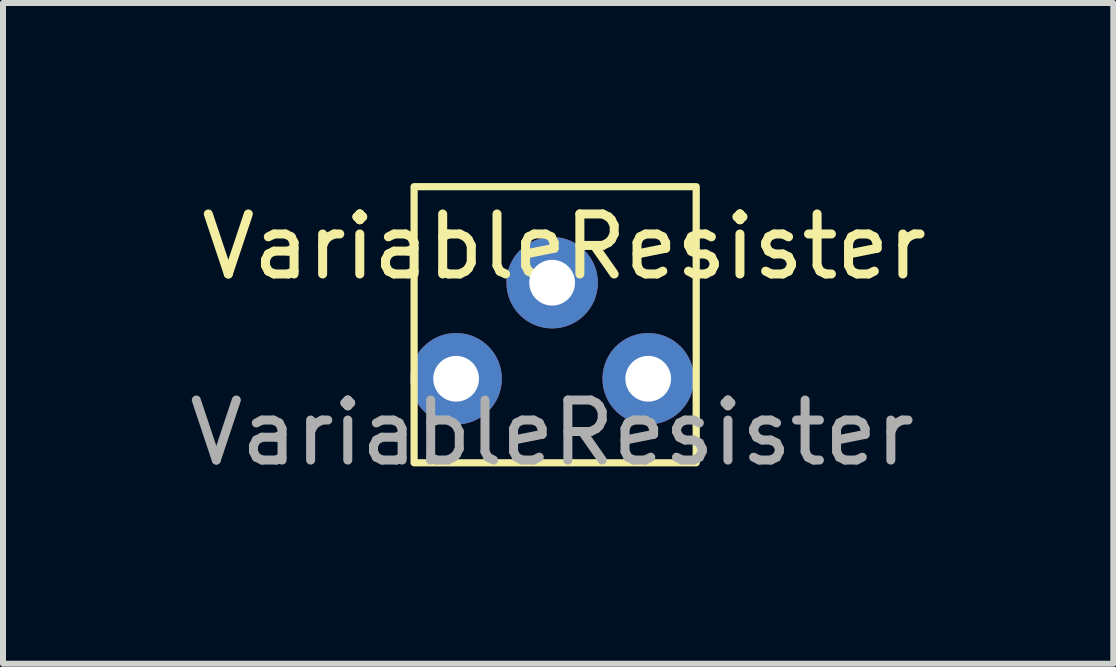
<source format=kicad_pcb>
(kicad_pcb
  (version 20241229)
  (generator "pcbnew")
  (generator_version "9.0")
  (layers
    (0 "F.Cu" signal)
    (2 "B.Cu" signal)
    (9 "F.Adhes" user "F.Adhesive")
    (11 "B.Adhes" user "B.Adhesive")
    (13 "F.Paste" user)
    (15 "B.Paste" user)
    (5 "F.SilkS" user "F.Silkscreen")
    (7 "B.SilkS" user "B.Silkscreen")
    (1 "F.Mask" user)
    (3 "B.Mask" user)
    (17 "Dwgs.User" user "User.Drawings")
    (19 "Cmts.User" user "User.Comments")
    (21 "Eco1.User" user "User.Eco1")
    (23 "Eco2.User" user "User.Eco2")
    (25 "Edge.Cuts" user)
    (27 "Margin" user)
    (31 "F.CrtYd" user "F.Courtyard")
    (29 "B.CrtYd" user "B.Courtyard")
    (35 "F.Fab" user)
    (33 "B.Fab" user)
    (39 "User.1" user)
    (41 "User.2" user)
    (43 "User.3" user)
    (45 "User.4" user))
  (footprint "VariableResister"
    (layer "F.Cu")
    (at 6.149 1.66)
    (property "Reference" "VariableResister" (at 0.2 -0.6 0) (unlocked yes) (layer "F.SilkS") (effects (font (size 1 1) (thickness 0.15))))
    (attr through_hole)
    (fp_rect (start -2.3 -1.6) (end 2.4 3) (stroke (width 0.12) (type solid)) (fill no) (layer "F.SilkS"))
    (fp_text user "${REFERENCE}" (at 0 2.5 0) (unlocked yes) (layer "F.Fab") (effects (font (size 1 1) (thickness 0.15))))
    (pad "1" thru_hole circle (at 1.6 1.6) (size 1.524 1.524) (drill 0.762) (layers "*.Cu" "*.Mask"))
    (pad "2" thru_hole circle (at 0 0) (size 1.524 1.524) (drill 0.762) (layers "*.Cu" "*.Mask"))
    (pad "3" thru_hole circle (at -1.6 1.6) (size 1.524 1.524) (drill 0.762) (layers "*.Cu" "*.Mask")))
  (gr_rect
    (start -3 -3)
    (end 15.498 8.008)
    (stroke (width 0.1) (type default))
    (fill no)
    (layer "Edge.Cuts")))
</source>
